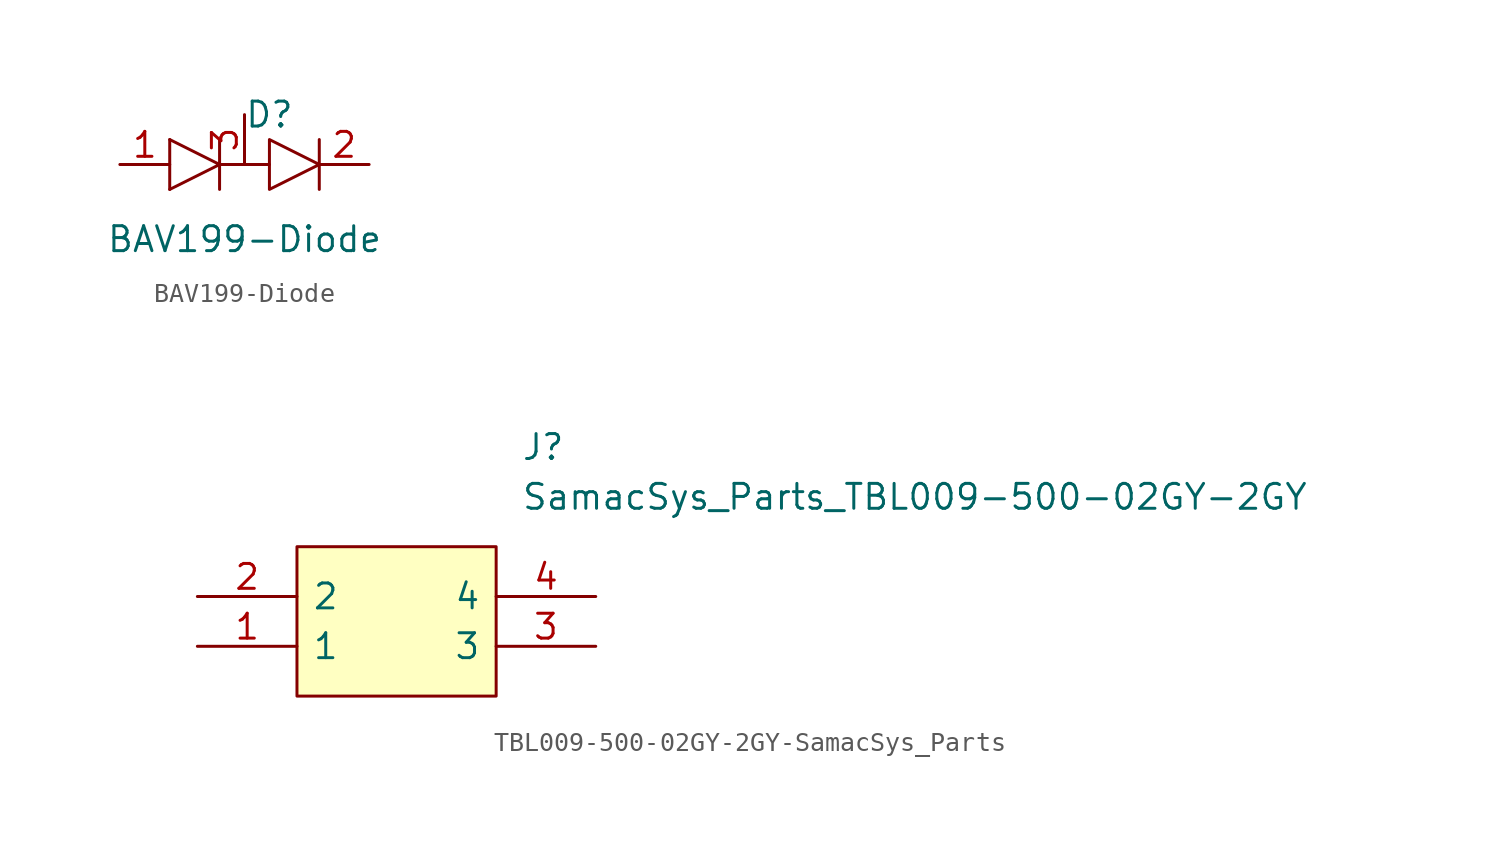
<source format=kicad_sym>
(kicad_symbol_lib
  (version 20220914)
  (generator kicad_symbol_editor)
  (symbol "BAV199-Diode"
    (pin_names
      (offset 1.016))
    (property "Reference" "D"
      (at 1.27 2.54 0)
      (effects (font (size 1.27 1.27))))
    (property "Value" "BAV199-Diode"
      (at 0 -3.81 0)
      (effects (font (size 1.27 1.27))))
    (symbol "BAV199-Diode_0_1"
      (rectangle (start -3.81 1.27) (end -3.81 -1.27) (stroke (width 0) (type solid)) (fill (type none)))
      (polyline (pts (xy -1.27 1.27) (xy -1.27 -1.27)) (stroke (width 0) (type solid)) (fill (type none)))
      (polyline (pts (xy 1.27 0) (xy -1.27 0)) (stroke (width 0) (type solid)) (fill (type none)))
      (polyline (pts (xy 3.81 1.27) (xy 3.81 -1.27)) (stroke (width 0) (type solid)) (fill (type none)))
      (polyline (pts (xy -3.81 1.27) (xy -1.27 0) (xy -3.81 -1.27)) (stroke (width 0) (type solid)) (fill (type none)))
      (polyline (pts (xy 1.27 1.27) (xy 1.27 -1.27) (xy 3.81 0) (xy 1.27 1.27)) (stroke (width 0) (type solid)) (fill (type none))))
    (symbol "BAV199-Diode_1_1"
      (pin input line (at -6.35 0 0) (length 2.54) (name "~" (effects (font (size 1.27 1.27)))) (number "1" (effects (font (size 1.27 1.27)))))
      (pin unspecified line (at 6.35 0 180) (length 2.54) (name "~" (effects (font (size 1.27 1.27)))) (number "2" (effects (font (size 1.27 1.27)))))
      (pin unspecified line (at 0 2.54 270) (length 2.54) (name "~" (effects (font (size 1.27 1.27)))) (number "3" (effects (font (size 1.27 1.27)))))))
  (symbol "TBL009-500-02GY-2GY-SamacSys_Parts"
    (pin_names
      (offset 0.762))
    (property "Reference" "J"
      (at 16.51 7.62 0)
      (effects (font (size 1.27 1.27)) (justify left)))
    (property "Value" "SamacSys_Parts_TBL009-500-02GY-2GY"
      (at 16.51 5.08 0)
      (effects (font (size 1.27 1.27)) (justify left)))
    (symbol "TBL009-500-02GY-2GY-SamacSys_Parts_0_0"
      (pin passive line (at 0 -2.54 0) (length 5.08) (name "1" (effects (font (size 1.27 1.27)))) (number "1" (effects (font (size 1.27 1.27)))))
      (pin passive line (at 0 0 0) (length 5.08) (name "2" (effects (font (size 1.27 1.27)))) (number "2" (effects (font (size 1.27 1.27)))))
      (pin passive line (at 20.32 -2.54 180) (length 5.08) (name "3" (effects (font (size 1.27 1.27)))) (number "3" (effects (font (size 1.27 1.27)))))
      (pin passive line (at 20.32 0 180) (length 5.08) (name "4" (effects (font (size 1.27 1.27)))) (number "4" (effects (font (size 1.27 1.27))))))
    (symbol "TBL009-500-02GY-2GY-SamacSys_Parts_0_1"
      (polyline (pts (xy 5.08 2.54) (xy 15.24 2.54) (xy 15.24 -5.08) (xy 5.08 -5.08) (xy 5.08 2.54)) (stroke (width 0.152) (type solid)) (fill (type background))))))
</source>
